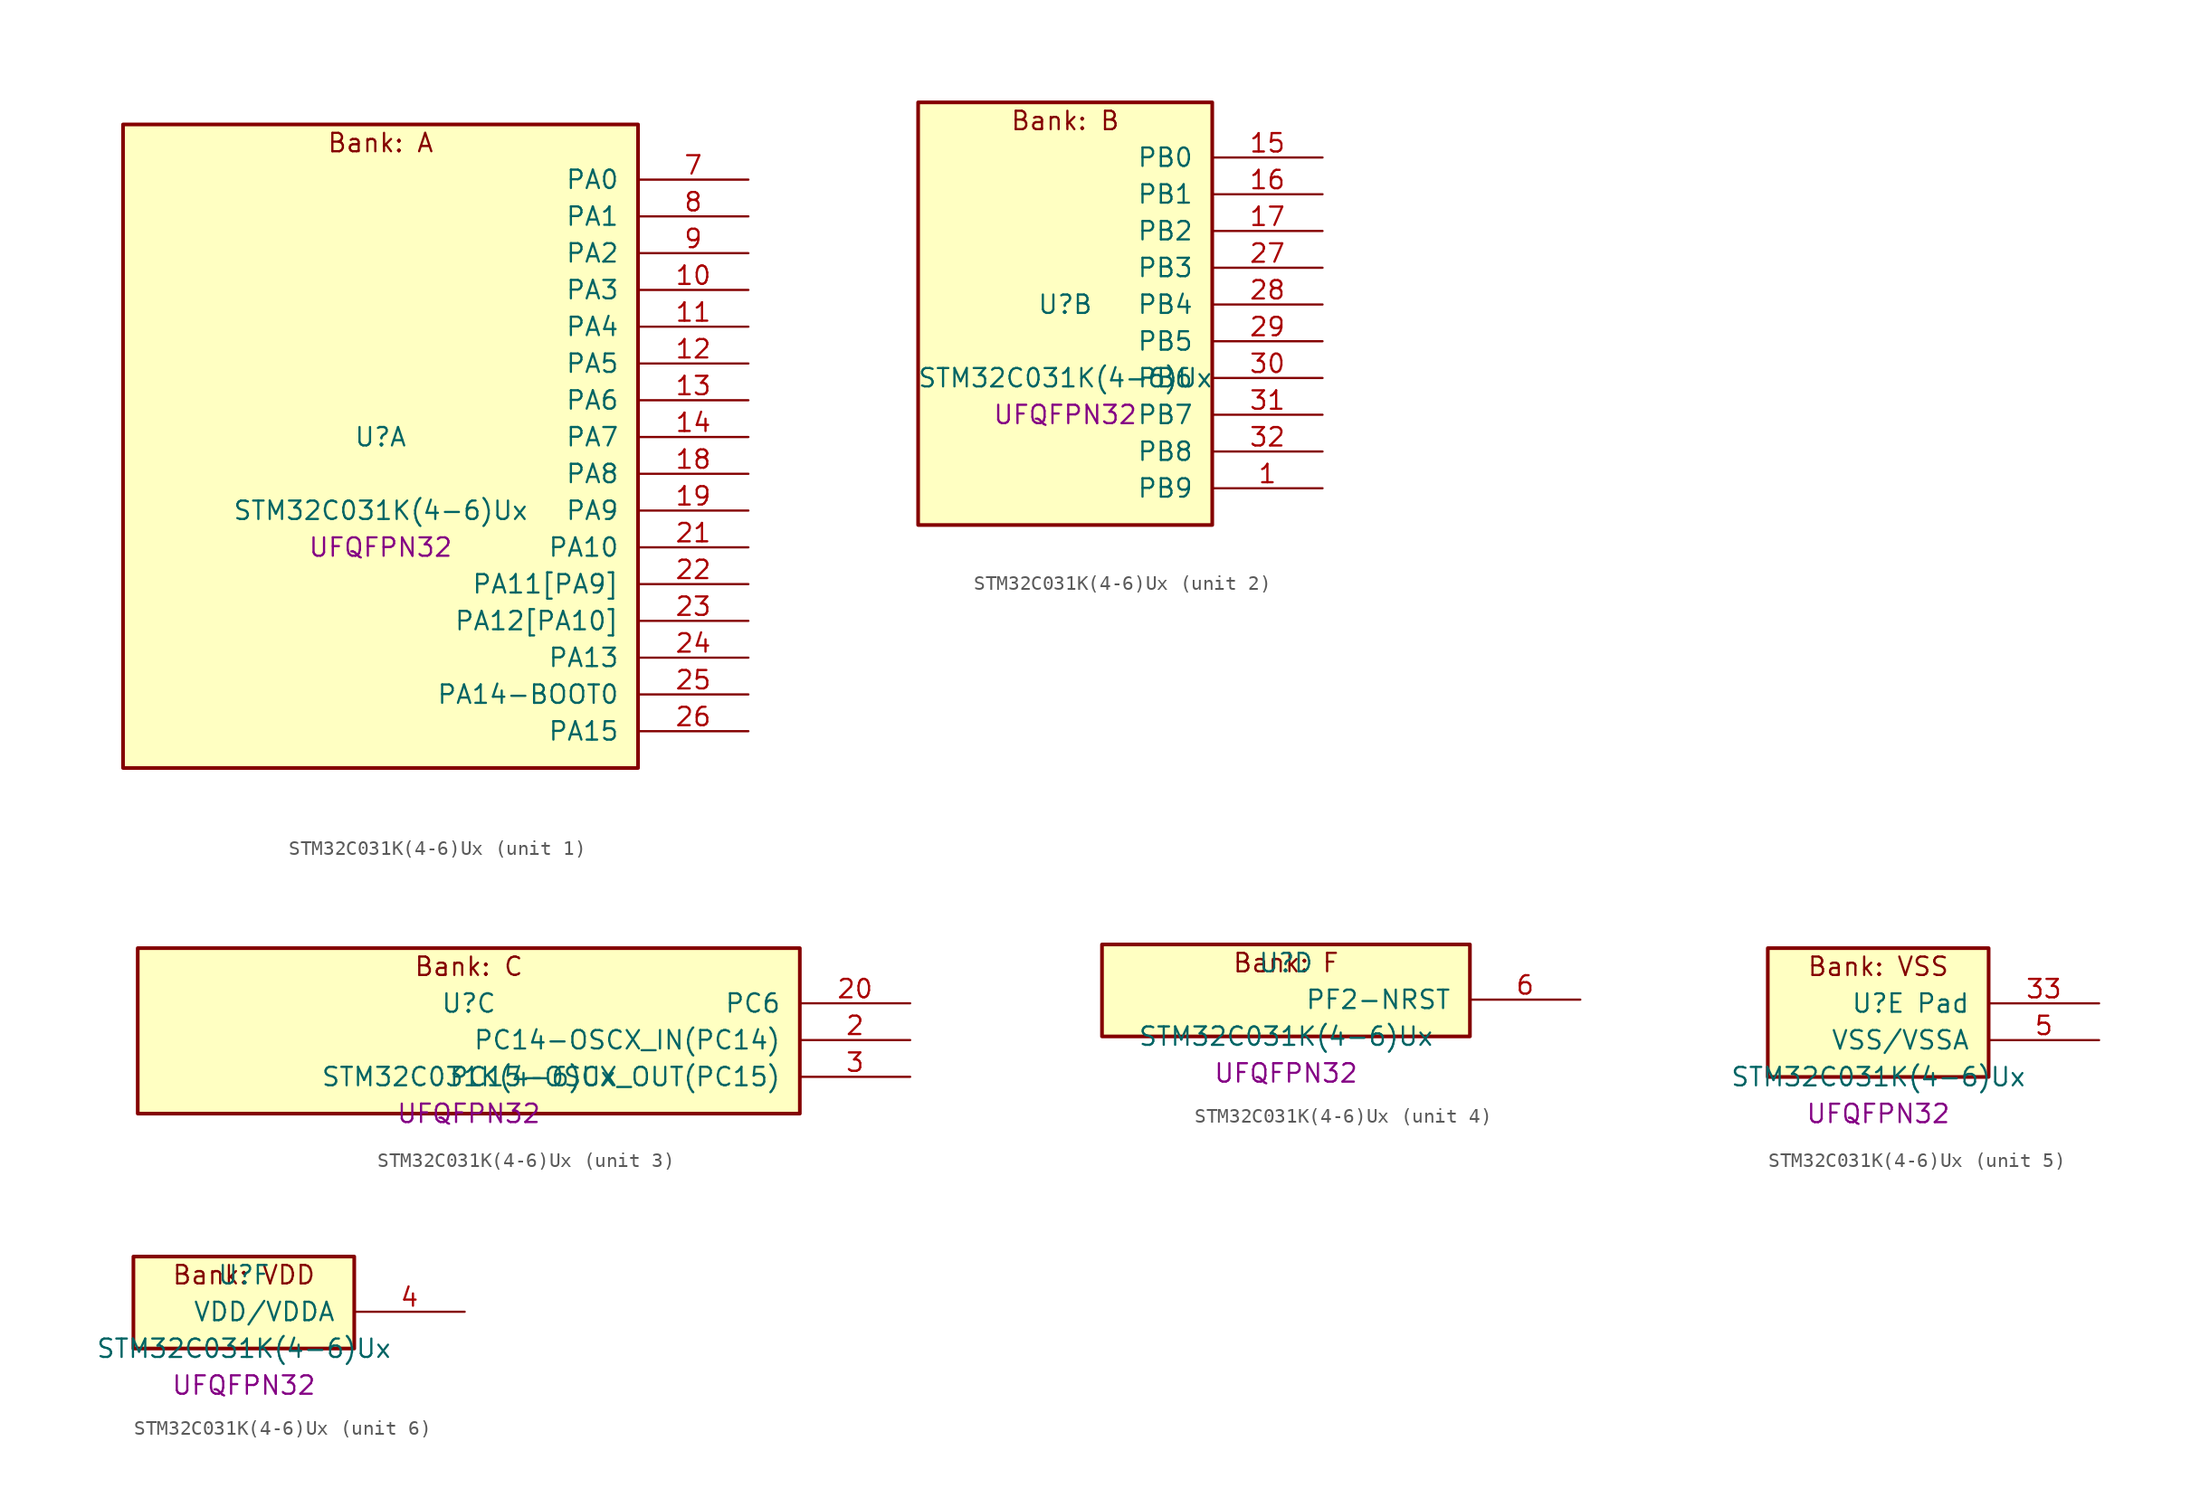
<source format=kicad_sym>
(kicad_symbol_lib
  (version 20241209)
  (generator "stm32_pkl_generator")
  (generator_version "1.0")
  (symbol "STM32C031K(4-6)Ux"
    (pin_names
      (offset 1.27))
    (property "Reference" "U"
      (at 0 2.54 0))
    (property "Value" "STM32C031K(4-6)Ux"
      (at 0 -2.54 0))
    (property "Footprint" "UFQFPN32"
      (at 0 -5.08 0))
    (symbol "STM32C031K(4-6)Ux_1_1"
      (rectangle (start -17.78 24.13) (end 17.78 -20.32) (stroke (width 0.254) (type solid)) (fill (type background)))
      (text "Bank: A" (at 0 22.86 0))
      (pin bidirectional line (at 25.4 20.32 180) (length 7.62) (name "PA0") (number "7") (alternate "PA0/ADC1_IN0" bidirectional line) (alternate "PA0/PWR_WKUP1" bidirectional line) (alternate "PA0/TIM16_CH1" bidirectional line) (alternate "PA0/TIM1_CH1" bidirectional line) (alternate "PA0/USART1_TX" bidirectional line) (alternate "PA0/USART2_CTS" bidirectional line) (alternate "PA0/USART2_NSS" bidirectional line))
      (pin bidirectional line (at 25.4 17.78 180) (length 7.62) (name "PA1") (number "8") (alternate "PA1/ADC1_IN1" bidirectional line) (alternate "PA1/I2C1_SMBA" bidirectional line) (alternate "PA1/I2S1_CK" bidirectional line) (alternate "PA1/SPI1_SCK" bidirectional line) (alternate "PA1/TIM17_CH1" bidirectional line) (alternate "PA1/TIM1_CH2" bidirectional line) (alternate "PA1/USART1_RX" bidirectional line) (alternate "PA1/USART2_CK" bidirectional line) (alternate "PA1/USART2_DE" bidirectional line) (alternate "PA1/USART2_RTS" bidirectional line))
      (pin bidirectional line (at 25.4 15.24 180) (length 7.62) (name "PA2") (number "9") (alternate "PA2/ADC1_IN2" bidirectional line) (alternate "PA2/I2S1_SD" bidirectional line) (alternate "PA2/PWR_WKUP4" bidirectional line) (alternate "PA2/RCC_LSCO" bidirectional line) (alternate "PA2/SPI1_MOSI" bidirectional line) (alternate "PA2/TIM16_CH1N" bidirectional line) (alternate "PA2/TIM1_CH3" bidirectional line) (alternate "PA2/TIM3_ETR" bidirectional line) (alternate "PA2/USART2_TX" bidirectional line))
      (pin bidirectional line (at 25.4 12.7 180) (length 7.62) (name "PA3") (number "10") (alternate "PA3/ADC1_IN3" bidirectional line) (alternate "PA3/TIM1_CH1N" bidirectional line) (alternate "PA3/TIM1_CH4" bidirectional line) (alternate "PA3/USART2_RX" bidirectional line))
      (pin bidirectional line (at 25.4 10.16 180) (length 7.62) (name "PA4") (number "11") (alternate "PA4/ADC1_IN4" bidirectional line) (alternate "PA4/I2S1_WS" bidirectional line) (alternate "PA4/PWR_WKUP2" bidirectional line) (alternate "PA4/RTC_OUT1" bidirectional line) (alternate "PA4/RTC_TS" bidirectional line) (alternate "PA4/SPI1_NSS" bidirectional line) (alternate "PA4/TIM14_CH1" bidirectional line) (alternate "PA4/TIM17_CH1N" bidirectional line) (alternate "PA4/TIM1_CH2N" bidirectional line) (alternate "PA4/USART2_TX" bidirectional line))
      (pin bidirectional line (at 25.4 7.62 180) (length 7.62) (name "PA5") (number "12") (alternate "PA5/ADC1_IN5" bidirectional line) (alternate "PA5/I2S1_CK" bidirectional line) (alternate "PA5/SPI1_SCK" bidirectional line) (alternate "PA5/TIM1_CH1" bidirectional line) (alternate "PA5/TIM1_CH3N" bidirectional line) (alternate "PA5/USART2_RX" bidirectional line))
      (pin bidirectional line (at 25.4 5.08 180) (length 7.62) (name "PA6") (number "13") (alternate "PA6/ADC1_IN6" bidirectional line) (alternate "PA6/I2S1_MCK" bidirectional line) (alternate "PA6/SPI1_MISO" bidirectional line) (alternate "PA6/TIM16_CH1" bidirectional line) (alternate "PA6/TIM1_BKIN" bidirectional line) (alternate "PA6/TIM3_CH1" bidirectional line))
      (pin bidirectional line (at 25.4 2.54 180) (length 7.62) (name "PA7") (number "14") (alternate "PA7/ADC1_IN7" bidirectional line) (alternate "PA7/I2S1_SD" bidirectional line) (alternate "PA7/SPI1_MOSI" bidirectional line) (alternate "PA7/TIM14_CH1" bidirectional line) (alternate "PA7/TIM17_CH1" bidirectional line) (alternate "PA7/TIM1_CH1N" bidirectional line) (alternate "PA7/TIM3_CH2" bidirectional line))
      (pin bidirectional line (at 25.4 0 180) (length 7.62) (name "PA8") (number "18") (alternate "PA8/ADC1_IN8" bidirectional line) (alternate "PA8/I2S1_WS" bidirectional line) (alternate "PA8/RCC_MCO" bidirectional line) (alternate "PA8/RCC_MCO_2" bidirectional line) (alternate "PA8/SPI1_NSS" bidirectional line) (alternate "PA8/TIM14_CH1" bidirectional line) (alternate "PA8/TIM1_CH1" bidirectional line) (alternate "PA8/TIM1_CH2N" bidirectional line) (alternate "PA8/TIM1_CH3N" bidirectional line) (alternate "PA8/TIM3_CH3" bidirectional line) (alternate "PA8/TIM3_CH4" bidirectional line) (alternate "PA8/USART1_RX" bidirectional line) (alternate "PA8/USART2_TX" bidirectional line))
      (pin bidirectional line (at 25.4 -2.54 180) (length 7.62) (name "PA9") (number "19") (alternate "PA9/I2C1_SCL" bidirectional line) (alternate "PA9/RCC_MCO" bidirectional line) (alternate "PA9/TIM1_CH2" bidirectional line) (alternate "PA9/TIM3_ETR" bidirectional line) (alternate "PA9/USART1_TX" bidirectional line) (alternate "PA9/NC" bidirectional line))
      (pin bidirectional line (at 25.4 -5.08 180) (length 7.62) (name "PA10") (number "21") (alternate "PA10/I2C1_SDA" bidirectional line) (alternate "PA10/RCC_MCO_2" bidirectional line) (alternate "PA10/TIM17_BKIN" bidirectional line) (alternate "PA10/TIM1_CH3" bidirectional line) (alternate "PA10/USART1_RX" bidirectional line) (alternate "PA10/NC" bidirectional line))
      (pin bidirectional line (at 25.4 -7.62 180) (length 7.62) (name "PA11[PA9]") (number "22") (alternate "PA11[PA9]/ADC1_EXTI11" bidirectional line) (alternate "PA11[PA9]/ADC1_IN11" bidirectional line) (alternate "PA11[PA9]/I2S1_MCK" bidirectional line) (alternate "PA11[PA9]/SPI1_MISO" bidirectional line) (alternate "PA11[PA9]/TIM1_BKIN2" bidirectional line) (alternate "PA11[PA9]/TIM1_CH4" bidirectional line) (alternate "PA11[PA9]/USART1_CTS" bidirectional line) (alternate "PA11[PA9]/USART1_NSS" bidirectional line) (alternate "PA11[PA9]/PA9[PA11]" bidirectional line) (alternate "PA11[PA9]/I2C1_SCL" bidirectional line) (alternate "PA11[PA9]/RCC_MCO" bidirectional line) (alternate "PA11[PA9]/TIM1_CH2" bidirectional line) (alternate "PA11[PA9]/TIM3_ETR" bidirectional line) (alternate "PA11[PA9]/USART1_TX" bidirectional line))
      (pin bidirectional line (at 25.4 -10.16 180) (length 7.62) (name "PA12[PA10]") (number "23") (alternate "PA12[PA10]/ADC1_IN12" bidirectional line) (alternate "PA12[PA10]/I2S1_SD" bidirectional line) (alternate "PA12[PA10]/I2S_CKIN" bidirectional line) (alternate "PA12[PA10]/SPI1_MOSI" bidirectional line) (alternate "PA12[PA10]/TIM1_ETR" bidirectional line) (alternate "PA12[PA10]/USART1_CK" bidirectional line) (alternate "PA12[PA10]/USART1_DE" bidirectional line) (alternate "PA12[PA10]/USART1_RTS" bidirectional line) (alternate "PA12[PA10]/PA10[PA12]" bidirectional line) (alternate "PA12[PA10]/I2C1_SDA" bidirectional line) (alternate "PA12[PA10]/RCC_MCO_2" bidirectional line) (alternate "PA12[PA10]/TIM17_BKIN" bidirectional line) (alternate "PA12[PA10]/TIM1_CH3" bidirectional line) (alternate "PA12[PA10]/USART1_RX" bidirectional line))
      (pin bidirectional line (at 25.4 -12.7 180) (length 7.62) (name "PA13") (number "24") (alternate "PA13/ADC1_IN13" bidirectional line) (alternate "PA13/DEBUG_SWDIO" bidirectional line) (alternate "PA13/IR_OUT" bidirectional line) (alternate "PA13/TIM3_ETR" bidirectional line) (alternate "PA13/USART2_RX" bidirectional line))
      (pin bidirectional line (at 25.4 -15.24 180) (length 7.62) (name "PA14-BOOT0") (number "25") (alternate "PA14-BOOT0/ADC1_IN14" bidirectional line) (alternate "PA14-BOOT0/DEBUG_SWCLK" bidirectional line) (alternate "PA14-BOOT0/I2S1_WS" bidirectional line) (alternate "PA14-BOOT0/RCC_MCO_2" bidirectional line) (alternate "PA14-BOOT0/SPI1_NSS" bidirectional line) (alternate "PA14-BOOT0/TIM1_CH1" bidirectional line) (alternate "PA14-BOOT0/USART1_CK" bidirectional line) (alternate "PA14-BOOT0/USART1_DE" bidirectional line) (alternate "PA14-BOOT0/USART1_RTS" bidirectional line) (alternate "PA14-BOOT0/USART2_RX" bidirectional line) (alternate "PA14-BOOT0/USART2_TX" bidirectional line))
      (pin bidirectional line (at 25.4 -17.78 180) (length 7.62) (name "PA15") (number "26") (alternate "PA15/I2S1_WS" bidirectional line) (alternate "PA15/RCC_MCO_2" bidirectional line) (alternate "PA15/SPI1_NSS" bidirectional line) (alternate "PA15/TIM1_CH1" bidirectional line) (alternate "PA15/USART1_CK" bidirectional line) (alternate "PA15/USART1_DE" bidirectional line) (alternate "PA15/USART1_RTS" bidirectional line) (alternate "PA15/USART2_RX" bidirectional line)))
    (symbol "STM32C031K(4-6)Ux_2_1"
      (rectangle (start -10.16 16.51) (end 10.16 -12.7) (stroke (width 0.254) (type solid)) (fill (type background)))
      (text "Bank: B" (at 0 15.24 0))
      (pin bidirectional line (at 17.78 12.7 180) (length 7.62) (name "PB0") (number "15") (alternate "PB0/ADC1_IN17" bidirectional line) (alternate "PB0/I2S1_WS" bidirectional line) (alternate "PB0/SPI1_NSS" bidirectional line) (alternate "PB0/TIM1_CH2N" bidirectional line) (alternate "PB0/TIM3_CH3" bidirectional line))
      (pin bidirectional line (at 17.78 10.16 180) (length 7.62) (name "PB1") (number "16") (alternate "PB1/ADC1_IN18" bidirectional line) (alternate "PB1/TIM14_CH1" bidirectional line) (alternate "PB1/TIM1_CH2N" bidirectional line) (alternate "PB1/TIM1_CH3N" bidirectional line) (alternate "PB1/TIM3_CH4" bidirectional line))
      (pin bidirectional line (at 17.78 7.62 180) (length 7.62) (name "PB2") (number "17") (alternate "PB2/ADC1_IN19" bidirectional line) (alternate "PB2/RCC_MCO_2" bidirectional line) (alternate "PB2/USART1_RX" bidirectional line))
      (pin bidirectional line (at 17.78 5.08 180) (length 7.62) (name "PB3") (number "27") (alternate "PB3/I2S1_CK" bidirectional line) (alternate "PB3/SPI1_SCK" bidirectional line) (alternate "PB3/TIM1_CH2" bidirectional line) (alternate "PB3/TIM3_CH2" bidirectional line) (alternate "PB3/USART1_CK" bidirectional line) (alternate "PB3/USART1_DE" bidirectional line) (alternate "PB3/USART1_RTS" bidirectional line))
      (pin bidirectional line (at 17.78 2.54 180) (length 7.62) (name "PB4") (number "28") (alternate "PB4/I2S1_MCK" bidirectional line) (alternate "PB4/SPI1_MISO" bidirectional line) (alternate "PB4/TIM17_BKIN" bidirectional line) (alternate "PB4/TIM3_CH1" bidirectional line) (alternate "PB4/USART1_CTS" bidirectional line) (alternate "PB4/USART1_NSS" bidirectional line))
      (pin bidirectional line (at 17.78 0 180) (length 7.62) (name "PB5") (number "29") (alternate "PB5/I2C1_SMBA" bidirectional line) (alternate "PB5/I2S1_SD" bidirectional line) (alternate "PB5/PWR_WKUP6" bidirectional line) (alternate "PB5/SPI1_MOSI" bidirectional line) (alternate "PB5/TIM16_BKIN" bidirectional line) (alternate "PB5/TIM3_CH2" bidirectional line) (alternate "PB5/TIM3_CH3" bidirectional line))
      (pin bidirectional line (at 17.78 -2.54 180) (length 7.62) (name "PB6") (number "30") (alternate "PB6/I2C1_SCL" bidirectional line) (alternate "PB6/I2C1_SMBA" bidirectional line) (alternate "PB6/I2S1_CK" bidirectional line) (alternate "PB6/I2S1_MCK" bidirectional line) (alternate "PB6/I2S1_SD" bidirectional line) (alternate "PB6/PWR_WKUP3" bidirectional line) (alternate "PB6/SPI1_MISO" bidirectional line) (alternate "PB6/SPI1_MOSI" bidirectional line) (alternate "PB6/SPI1_SCK" bidirectional line) (alternate "PB6/TIM16_BKIN" bidirectional line) (alternate "PB6/TIM16_CH1N" bidirectional line) (alternate "PB6/TIM17_BKIN" bidirectional line) (alternate "PB6/TIM1_CH2" bidirectional line) (alternate "PB6/TIM1_CH3" bidirectional line) (alternate "PB6/TIM3_CH1" bidirectional line) (alternate "PB6/TIM3_CH2" bidirectional line) (alternate "PB6/TIM3_CH3" bidirectional line) (alternate "PB6/USART1_CK" bidirectional line) (alternate "PB6/USART1_CTS" bidirectional line) (alternate "PB6/USART1_DE" bidirectional line) (alternate "PB6/USART1_NSS" bidirectional line) (alternate "PB6/USART1_RTS" bidirectional line) (alternate "PB6/USART1_TX" bidirectional line))
      (pin bidirectional line (at 17.78 -5.08 180) (length 7.62) (name "PB7") (number "31") (alternate "PB7/I2C1_SCL" bidirectional line) (alternate "PB7/I2C1_SDA" bidirectional line) (alternate "PB7/RTC_REFIN" bidirectional line) (alternate "PB7/TIM16_CH1" bidirectional line) (alternate "PB7/TIM17_CH1N" bidirectional line) (alternate "PB7/TIM1_CH4" bidirectional line) (alternate "PB7/TIM3_CH1" bidirectional line) (alternate "PB7/TIM3_CH4" bidirectional line) (alternate "PB7/USART1_RX" bidirectional line) (alternate "PB7/USART2_CTS" bidirectional line) (alternate "PB7/USART2_NSS" bidirectional line))
      (pin bidirectional line (at 17.78 -7.62 180) (length 7.62) (name "PB8") (number "32") (alternate "PB8/I2C1_SCL" bidirectional line) (alternate "PB8/TIM16_CH1" bidirectional line) (alternate "PB8/TIM3_CH1" bidirectional line) (alternate "PB8/USART2_CTS" bidirectional line) (alternate "PB8/USART2_NSS" bidirectional line))
      (pin bidirectional line (at 17.78 -10.16 180) (length 7.62) (name "PB9") (number "1") (alternate "PB9/I2C1_SDA" bidirectional line) (alternate "PB9/IR_OUT" bidirectional line) (alternate "PB9/TIM17_CH1" bidirectional line) (alternate "PB9/TIM3_CH2" bidirectional line) (alternate "PB9/USART2_CK" bidirectional line) (alternate "PB9/USART2_DE" bidirectional line) (alternate "PB9/USART2_RTS" bidirectional line)))
    (symbol "STM32C031K(4-6)Ux_3_1"
      (rectangle (start -22.86 6.35) (end 22.86 -5.08) (stroke (width 0.254) (type solid)) (fill (type background)))
      (text "Bank: C" (at 0 5.08 0))
      (pin bidirectional line (at 30.48 2.54 180) (length 7.62) (name "PC6") (number "20") (alternate "PC6/TIM3_CH1" bidirectional line))
      (pin bidirectional line (at 30.48 0 180) (length 7.62) (name "PC14-OSCX_IN(PC14)") (number "2") (alternate "PC14-OSCX_IN(PC14)/I2C1_SDA" bidirectional line) (alternate "PC14-OSCX_IN(PC14)/IR_OUT" bidirectional line) (alternate "PC14-OSCX_IN(PC14)/RCC_OSCX_IN" bidirectional line) (alternate "PC14-OSCX_IN(PC14)/TIM17_CH1" bidirectional line) (alternate "PC14-OSCX_IN(PC14)/TIM1_BKIN2" bidirectional line) (alternate "PC14-OSCX_IN(PC14)/TIM1_ETR" bidirectional line) (alternate "PC14-OSCX_IN(PC14)/TIM3_CH2" bidirectional line) (alternate "PC14-OSCX_IN(PC14)/USART1_TX" bidirectional line) (alternate "PC14-OSCX_IN(PC14)/USART2_CK" bidirectional line) (alternate "PC14-OSCX_IN(PC14)/USART2_DE" bidirectional line) (alternate "PC14-OSCX_IN(PC14)/USART2_RTS" bidirectional line))
      (pin bidirectional line (at 30.48 -2.54 180) (length 7.62) (name "PC15-OSCX_OUT(PC15)") (number "3") (alternate "PC15-OSCX_OUT(PC15)/RCC_OSC32_EN" bidirectional line) (alternate "PC15-OSCX_OUT(PC15)/RCC_OSCX_OUT" bidirectional line) (alternate "PC15-OSCX_OUT(PC15)/RCC_OSC_EN" bidirectional line) (alternate "PC15-OSCX_OUT(PC15)/TIM1_ETR" bidirectional line) (alternate "PC15-OSCX_OUT(PC15)/TIM3_CH3" bidirectional line)))
    (symbol "STM32C031K(4-6)Ux_4_1"
      (rectangle (start -12.7 3.81) (end 12.7 -2.54) (stroke (width 0.254) (type solid)) (fill (type background)))
      (text "Bank: F" (at 0 2.54 0))
      (pin bidirectional line (at 20.32 0 180) (length 7.62) (name "PF2-NRST") (number "6") (alternate "PF2-NRST/RCC_MCO" bidirectional line) (alternate "PF2-NRST/TIM1_CH4" bidirectional line)))
    (symbol "STM32C031K(4-6)Ux_5_1"
      (rectangle (start -7.62 6.35) (end 7.62 -2.54) (stroke (width 0.254) (type solid)) (fill (type background)))
      (text "Bank: VSS" (at 0 5.08 0))
      (pin passive line (at 15.24 2.54 180) (length 7.62) (name "Pad") (number "33"))
      (pin power_in line (at 15.24 0 180) (length 7.62) (name "VSS/VSSA") (number "5")))
    (symbol "STM32C031K(4-6)Ux_6_1"
      (rectangle (start -7.62 3.81) (end 7.62 -2.54) (stroke (width 0.254) (type solid)) (fill (type background)))
      (text "Bank: VDD" (at 0 2.54 0))
      (pin power_in line (at 15.24 0 180) (length 7.62) (name "VDD/VDDA") (number "4")))))
</source>
